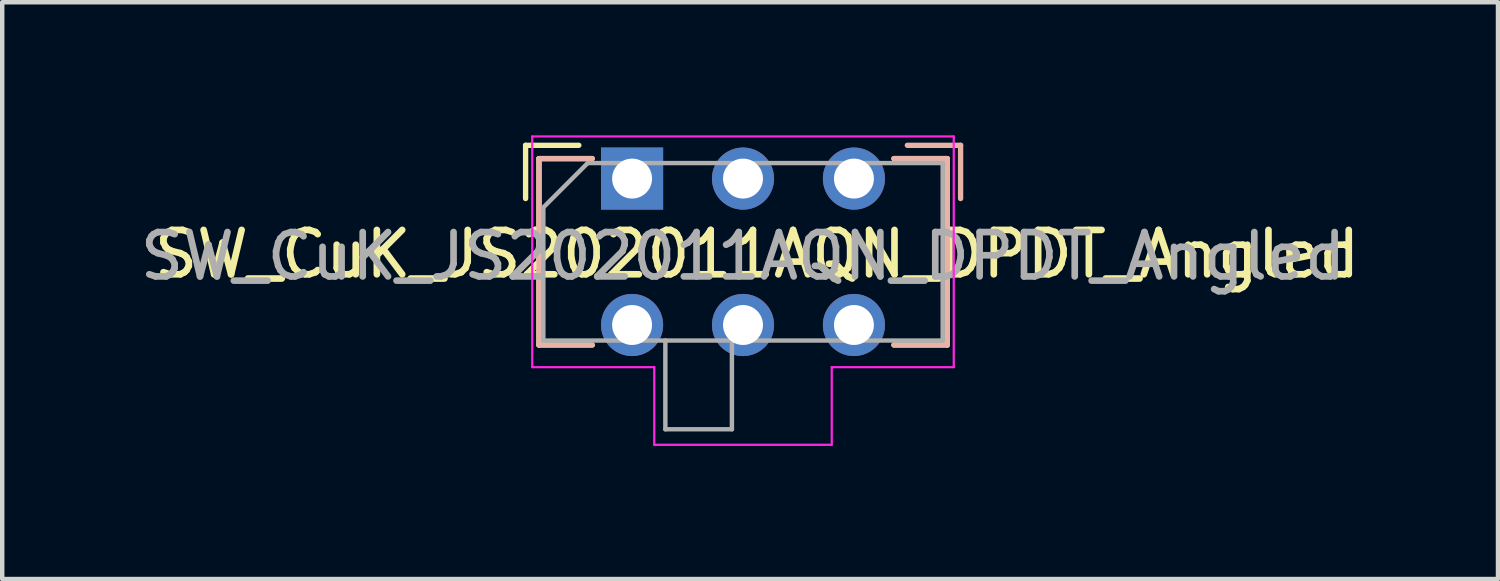
<source format=kicad_pcb>
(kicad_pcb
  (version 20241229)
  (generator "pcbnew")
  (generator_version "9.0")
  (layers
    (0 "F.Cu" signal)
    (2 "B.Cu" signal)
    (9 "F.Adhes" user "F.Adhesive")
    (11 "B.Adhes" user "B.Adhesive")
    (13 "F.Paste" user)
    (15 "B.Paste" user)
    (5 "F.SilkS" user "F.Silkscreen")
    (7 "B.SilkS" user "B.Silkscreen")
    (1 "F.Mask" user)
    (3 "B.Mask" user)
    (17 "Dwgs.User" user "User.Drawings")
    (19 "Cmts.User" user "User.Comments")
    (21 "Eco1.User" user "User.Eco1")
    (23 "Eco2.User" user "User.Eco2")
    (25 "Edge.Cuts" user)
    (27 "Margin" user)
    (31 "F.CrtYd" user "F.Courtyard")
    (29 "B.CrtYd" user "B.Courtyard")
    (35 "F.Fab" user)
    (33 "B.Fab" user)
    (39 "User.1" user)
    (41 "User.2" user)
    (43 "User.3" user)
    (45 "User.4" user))
  (footprint "SW_CuK_JS202011AQN_DPDT_Angled"
    (layer "F.Cu")
    (at 11.196 0.975)
    (property "Reference" "SW_CuK_JS202011AQN_DPDT_Angled" (at 2.819 1.702 0) (layer "F.SilkS") (effects (font (size 1 1) (thickness 0.15))))
    (attr through_hole)
    (fp_line (start -2.4 -0.75) (end -2.4 0.45) (stroke (width 0.12) (type solid)) (layer "F.SilkS"))
    (fp_line (start -2.1 -0.45) (end -2.1 3.75) (stroke (width 0.12) (type solid)) (layer "F.SilkS"))
    (fp_line (start -2.1 3.75) (end -0.9 3.75) (stroke (width 0.12) (type solid)) (layer "F.SilkS"))
    (fp_line (start -1.2 -0.75) (end -2.4 -0.75) (stroke (width 0.12) (type solid)) (layer "F.SilkS"))
    (fp_line (start -0.9 -0.45) (end -2.1 -0.45) (stroke (width 0.12) (type solid)) (layer "F.SilkS"))
    (fp_line (start 5.9 -0.45) (end 7.1 -0.45) (stroke (width 0.12) (type solid)) (layer "F.SilkS"))
    (fp_line (start 7.1 -0.45) (end 7.1 3.75) (stroke (width 0.12) (type solid)) (layer "F.SilkS"))
    (fp_line (start 7.1 3.75) (end 5.9 3.75) (stroke (width 0.12) (type solid)) (layer "F.SilkS"))
    (fp_line (start -2.096 -0.45) (end -2.096 3.75) (stroke (width 0.12) (type solid)) (layer "B.SilkS"))
    (fp_line (start -2.096 3.75) (end -0.896 3.75) (stroke (width 0.12) (type solid)) (layer "B.SilkS"))
    (fp_line (start -0.896 -0.45) (end -2.096 -0.45) (stroke (width 0.12) (type solid)) (layer "B.SilkS"))
    (fp_line (start 5.904 -0.45) (end 7.104 -0.45) (stroke (width 0.12) (type solid)) (layer "B.SilkS"))
    (fp_line (start 6.204 -0.75) (end 7.404 -0.75) (stroke (width 0.12) (type solid)) (layer "B.SilkS"))
    (fp_line (start 7.104 -0.45) (end 7.104 3.75) (stroke (width 0.12) (type solid)) (layer "B.SilkS"))
    (fp_line (start 7.104 3.75) (end 5.904 3.75) (stroke (width 0.12) (type solid)) (layer "B.SilkS"))
    (fp_line (start 7.404 -0.75) (end 7.404 0.45) (stroke (width 0.12) (type solid)) (layer "B.SilkS"))
    (fp_line (start -2.25 -0.95) (end 7.25 -0.95) (stroke (width 0.05) (type solid)) (layer "F.CrtYd"))
    (fp_line (start -2.25 4.25) (end -2.25 -0.95) (stroke (width 0.05) (type solid)) (layer "F.CrtYd"))
    (fp_line (start 0.5 4.25) (end -2.25 4.25) (stroke (width 0.05) (type solid)) (layer "F.CrtYd"))
    (fp_line (start 0.5 4.25) (end 0.5 6) (stroke (width 0.05) (type solid)) (layer "F.CrtYd"))
    (fp_line (start 4.5 6) (end 0.5 6) (stroke (width 0.05) (type solid)) (layer "F.CrtYd"))
    (fp_line (start 4.5 6) (end 4.5 4.25) (stroke (width 0.05) (type solid)) (layer "F.CrtYd"))
    (fp_line (start 7.25 -0.95) (end 7.25 4.25) (stroke (width 0.05) (type solid)) (layer "F.CrtYd"))
    (fp_line (start 7.25 4.25) (end 4.5 4.25) (stroke (width 0.05) (type solid)) (layer "F.CrtYd"))
    (fp_line (start -2 3.65) (end -2 0.65) (stroke (width 0.1) (type solid)) (layer "F.Fab"))
    (fp_line (start -1 -0.35) (end -2 0.65) (stroke (width 0.1) (type solid)) (layer "F.Fab"))
    (fp_line (start -1 -0.35) (end 7 -0.35) (stroke (width 0.1) (type solid)) (layer "F.Fab"))
    (fp_line (start 0.75 3.65) (end 0.75 5.65) (stroke (width 0.1) (type solid)) (layer "F.Fab"))
    (fp_line (start 0.75 5.65) (end 2.25 5.65) (stroke (width 0.1) (type solid)) (layer "F.Fab"))
    (fp_line (start 2.25 5.65) (end 2.25 3.65) (stroke (width 0.1) (type solid)) (layer "F.Fab"))
    (fp_line (start 7 -0.35) (end 7 3.65) (stroke (width 0.1) (type solid)) (layer "F.Fab"))
    (fp_line (start 7 3.65) (end -2 3.65) (stroke (width 0.1) (type solid)) (layer "F.Fab"))
    (fp_text user "${REFERENCE}" (at 2.5 1.75 0) (layer "F.Fab") (effects (font (size 1 1) (thickness 0.15))))
    (pad "1" thru_hole rect (at 0 0) (size 1.4 1.4) (drill 0.9) (layers "*.Cu" "*.Mask"))
    (pad "2" thru_hole circle (at 2.5 0) (size 1.4 1.4) (drill 0.9) (layers "*.Cu" "*.Mask"))
    (pad "3" thru_hole circle (at 5 0) (size 1.4 1.4) (drill 0.9) (layers "*.Cu" "*.Mask"))
    (pad "4" thru_hole circle (at 0 3.3) (size 1.4 1.4) (drill 0.9) (layers "*.Cu" "*.Mask"))
    (pad "5" thru_hole circle (at 2.5 3.3) (size 1.4 1.4) (drill 0.9) (layers "*.Cu" "*.Mask"))
    (pad "6" thru_hole circle (at 5 3.3) (size 1.4 1.4) (drill 0.9) (layers "*.Cu" "*.Mask")))
  (gr_rect
    (start -3 -3)
    (end 30.712 10)
    (stroke (width 0.1) (type default))
    (fill no)
    (layer "Edge.Cuts")))
</source>
